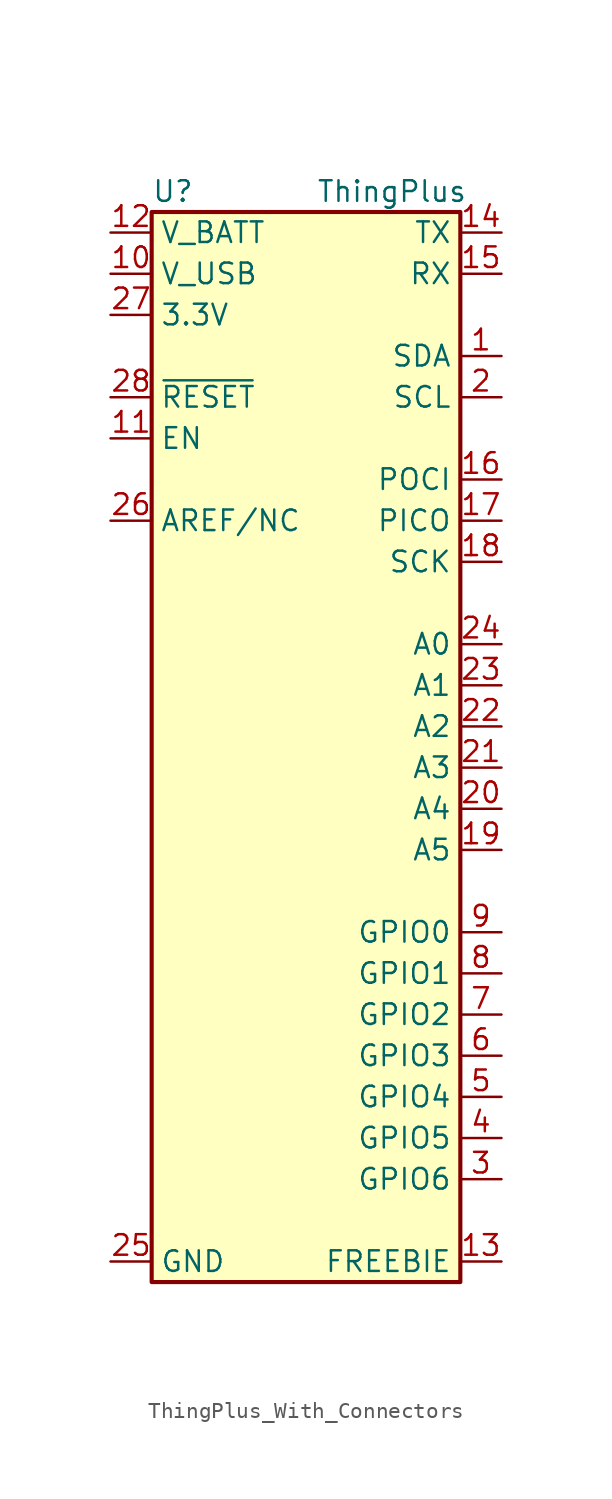
<source format=kicad_sym>
(kicad_symbol_lib
  (version 20220914)
  (generator kicad_symbol_editor)
  (symbol "ThingPlus_With_Connectors"
    (property "Reference" "U"
      (at -10.16 33.02 0)
      (effects (font (size 1.27 1.27)) (justify left)))
    (property "Value" "ThingPlus"
      (at 0 33.02 0)
      (effects (font (size 1.27 1.27)) (justify left)))
    (symbol "ThingPlus_With_Connectors_1_1"
      (rectangle (start -10.16 31.75) (end 8.89 -34.29) (stroke (width 0.254) (type default)) (fill (type background)))
      (pin bidirectional line (at 11.43 22.86 180) (length 2.54) (name "SDA" (effects (font (size 1.27 1.27)))) (number "1" (effects (font (size 1.27 1.27)))))
      (pin power_in line (at -12.7 27.94 0) (length 2.54) (name "V_USB" (effects (font (size 1.27 1.27)))) (number "10" (effects (font (size 1.27 1.27)))))
      (pin input line (at -12.7 17.78 0) (length 2.54) (name "EN" (effects (font (size 1.27 1.27)))) (number "11" (effects (font (size 1.27 1.27)))))
      (pin power_in line (at -12.7 30.48 0) (length 2.54) (name "V_BATT" (effects (font (size 1.27 1.27)))) (number "12" (effects (font (size 1.27 1.27)))))
      (pin bidirectional line (at 11.43 -33.02 180) (length 2.54) (name "FREEBIE" (effects (font (size 1.27 1.27)))) (number "13" (effects (font (size 1.27 1.27)))))
      (pin bidirectional line (at 11.43 30.48 180) (length 2.54) (name "TX" (effects (font (size 1.27 1.27)))) (number "14" (effects (font (size 1.27 1.27)))))
      (pin bidirectional line (at 11.43 27.94 180) (length 2.54) (name "RX" (effects (font (size 1.27 1.27)))) (number "15" (effects (font (size 1.27 1.27)))))
      (pin bidirectional line (at 11.43 15.24 180) (length 2.54) (name "POCI" (effects (font (size 1.27 1.27)))) (number "16" (effects (font (size 1.27 1.27)))))
      (pin bidirectional line (at 11.43 12.7 180) (length 2.54) (name "PICO" (effects (font (size 1.27 1.27)))) (number "17" (effects (font (size 1.27 1.27)))))
      (pin bidirectional line (at 11.43 10.16 180) (length 2.54) (name "SCK" (effects (font (size 1.27 1.27)))) (number "18" (effects (font (size 1.27 1.27)))))
      (pin bidirectional line (at 11.43 -7.62 180) (length 2.54) (name "A5" (effects (font (size 1.27 1.27)))) (number "19" (effects (font (size 1.27 1.27)))))
      (pin bidirectional line (at 11.43 20.32 180) (length 2.54) (name "SCL" (effects (font (size 1.27 1.27)))) (number "2" (effects (font (size 1.27 1.27)))))
      (pin bidirectional line (at 11.43 -5.08 180) (length 2.54) (name "A4" (effects (font (size 1.27 1.27)))) (number "20" (effects (font (size 1.27 1.27)))))
      (pin bidirectional line (at 11.43 -2.54 180) (length 2.54) (name "A3" (effects (font (size 1.27 1.27)))) (number "21" (effects (font (size 1.27 1.27)))))
      (pin bidirectional line (at 11.43 0 180) (length 2.54) (name "A2" (effects (font (size 1.27 1.27)))) (number "22" (effects (font (size 1.27 1.27)))))
      (pin bidirectional line (at 11.43 2.54 180) (length 2.54) (name "A1" (effects (font (size 1.27 1.27)))) (number "23" (effects (font (size 1.27 1.27)))))
      (pin bidirectional line (at 11.43 5.08 180) (length 2.54) (name "A0" (effects (font (size 1.27 1.27)))) (number "24" (effects (font (size 1.27 1.27)))))
      (pin power_in line (at -12.7 -33.02 0) (length 2.54) (name "GND" (effects (font (size 1.27 1.27)))) (number "25" (effects (font (size 1.27 1.27)))))
      (pin input line (at -12.7 12.7 0) (length 2.54) (name "AREF/NC" (effects (font (size 1.27 1.27)))) (number "26" (effects (font (size 1.27 1.27)))))
      (pin power_in line (at -12.7 25.4 0) (length 2.54) (name "3.3V" (effects (font (size 1.27 1.27)))) (number "27" (effects (font (size 1.27 1.27)))))
      (pin input line (at -12.7 20.32 0) (length 2.54) (name "~{RESET}" (effects (font (size 1.27 1.27)))) (number "28" (effects (font (size 1.27 1.27)))))
      (pin bidirectional line (at 11.43 -27.94 180) (length 2.54) (name "GPIO6" (effects (font (size 1.27 1.27)))) (number "3" (effects (font (size 1.27 1.27)))))
      (pin bidirectional line (at 11.43 -25.4 180) (length 2.54) (name "GPIO5" (effects (font (size 1.27 1.27)))) (number "4" (effects (font (size 1.27 1.27)))))
      (pin bidirectional line (at 11.43 -22.86 180) (length 2.54) (name "GPIO4" (effects (font (size 1.27 1.27)))) (number "5" (effects (font (size 1.27 1.27)))))
      (pin bidirectional line (at 11.43 -20.32 180) (length 2.54) (name "GPIO3" (effects (font (size 1.27 1.27)))) (number "6" (effects (font (size 1.27 1.27)))))
      (pin bidirectional line (at 11.43 -17.78 180) (length 2.54) (name "GPIO2" (effects (font (size 1.27 1.27)))) (number "7" (effects (font (size 1.27 1.27)))))
      (pin bidirectional line (at 11.43 -15.24 180) (length 2.54) (name "GPIO1" (effects (font (size 1.27 1.27)))) (number "8" (effects (font (size 1.27 1.27)))))
      (pin bidirectional line (at 11.43 -12.7 180) (length 2.54) (name "GPIO0" (effects (font (size 1.27 1.27)))) (number "9" (effects (font (size 1.27 1.27))))))))
</source>
